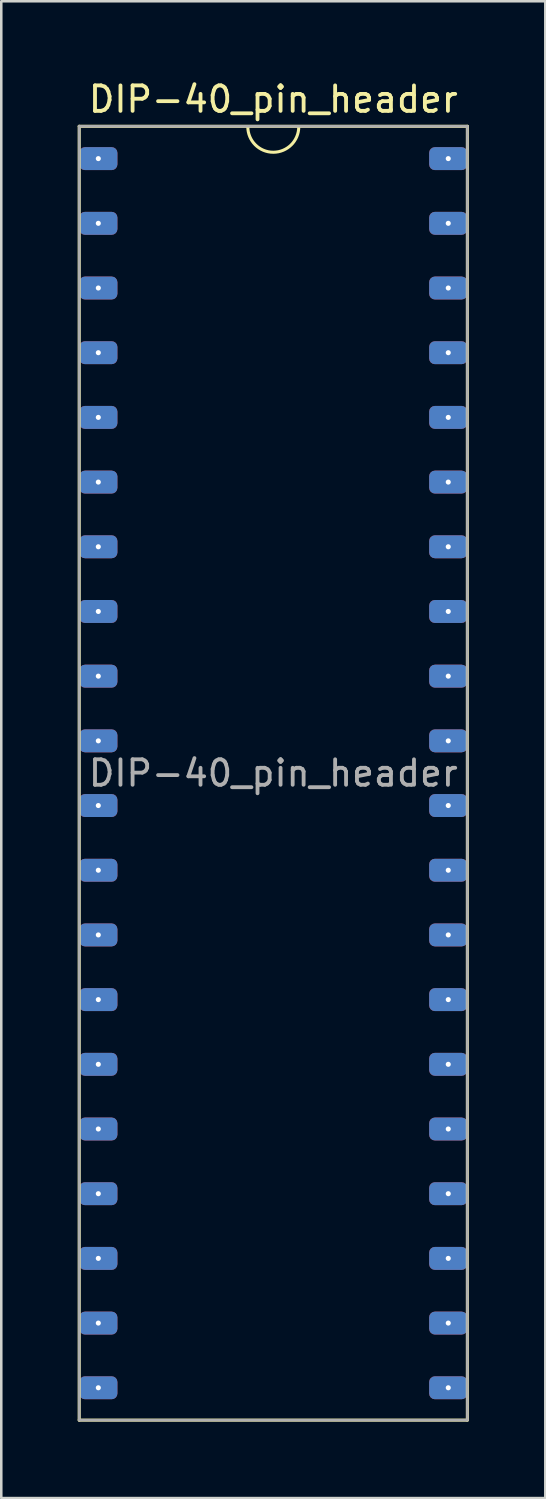
<source format=kicad_pcb>
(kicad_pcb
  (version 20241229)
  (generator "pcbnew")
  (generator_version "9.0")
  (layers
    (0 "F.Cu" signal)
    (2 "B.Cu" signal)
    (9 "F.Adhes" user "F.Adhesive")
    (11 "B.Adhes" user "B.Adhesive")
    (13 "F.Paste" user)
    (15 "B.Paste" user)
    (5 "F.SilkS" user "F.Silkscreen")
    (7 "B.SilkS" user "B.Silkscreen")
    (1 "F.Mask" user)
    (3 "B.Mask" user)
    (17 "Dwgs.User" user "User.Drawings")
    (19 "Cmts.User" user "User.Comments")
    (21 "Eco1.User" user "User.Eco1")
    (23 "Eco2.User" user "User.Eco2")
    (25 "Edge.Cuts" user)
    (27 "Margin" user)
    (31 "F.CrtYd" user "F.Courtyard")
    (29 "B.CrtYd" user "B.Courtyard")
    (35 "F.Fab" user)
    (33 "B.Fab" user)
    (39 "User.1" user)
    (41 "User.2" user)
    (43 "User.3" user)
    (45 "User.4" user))
  (footprint "DIP-40_pin_header"
    (layer "F.Cu")
    (at 7.68 27.308)
    (property "Reference" "DIP-40_pin_header" (at 0 -26.46 0) (layer "F.SilkS") (effects (font (size 1 1) (thickness 0.15))))
    (attr smd)
    (fp_line (start -7.62 -25.4) (end -7.62 25.4) (stroke (width 0.12) (type solid)) (layer "F.SilkS"))
    (fp_line (start -7.62 25.4) (end 7.62 25.4) (stroke (width 0.12) (type solid)) (layer "F.SilkS"))
    (fp_line (start 7.62 -25.4) (end -7.62 -25.4) (stroke (width 0.12) (type solid)) (layer "F.SilkS"))
    (fp_line (start 7.62 25.4) (end 7.62 -25.4) (stroke (width 0.12) (type solid)) (layer "F.SilkS"))
    (fp_arc (start 1 -25.38) (mid 0 -24.38) (end -1 -25.38) (stroke (width 0.12) (type solid)) (layer "F.SilkS"))
    (fp_line (start -7.62 -25.4) (end -7.62 25.4) (stroke (width 0.1) (type solid)) (layer "F.Fab"))
    (fp_line (start -7.62 25.4) (end 7.62 25.4) (stroke (width 0.1) (type solid)) (layer "F.Fab"))
    (fp_line (start 7.62 -25.4) (end -7.62 -25.4) (stroke (width 0.1) (type solid)) (layer "F.Fab"))
    (fp_line (start 7.62 25.4) (end 7.62 -25.4) (stroke (width 0.1) (type solid)) (layer "F.Fab"))
    (fp_text user "${REFERENCE}" (at 0 0 0) (layer "F.Fab") (effects (font (size 1 1) (thickness 0.15))))
    (pad "1" thru_hole circle (at -6.87 -24.13) (size 0.4 0.4) (drill 0.2) (layers "*.Cu" "*.Mask") (remove_unused_layers yes) (keep_end_layers yes) (zone_layer_connections))
    (pad "1" smd roundrect (at -6.87 -24.13) (size 1.5 0.9) (layers "F.Cu" "F.Mask" "F.Paste") (roundrect_rratio 0.25))
    (pad "1" smd roundrect (at -6.87 -24.13) (size 1.5 0.9) (layers "B.Cu" "B.Mask" "B.Paste") (roundrect_rratio 0.25))
    (pad "2" thru_hole circle (at -6.87 -21.59) (size 0.4 0.4) (drill 0.2) (layers "*.Cu" "*.Mask") (remove_unused_layers yes) (keep_end_layers yes) (zone_layer_connections))
    (pad "2" smd roundrect (at -6.87 -21.59) (size 1.5 0.9) (layers "F.Cu" "F.Mask" "F.Paste") (roundrect_rratio 0.25))
    (pad "2" smd roundrect (at -6.87 -21.59) (size 1.5 0.9) (layers "B.Cu" "B.Mask" "B.Paste") (roundrect_rratio 0.25))
    (pad "3" thru_hole circle (at -6.87 -19.05) (size 0.4 0.4) (drill 0.2) (layers "*.Cu" "*.Mask") (remove_unused_layers yes) (keep_end_layers yes) (zone_layer_connections))
    (pad "3" smd roundrect (at -6.87 -19.05) (size 1.5 0.9) (layers "F.Cu" "F.Mask" "F.Paste") (roundrect_rratio 0.25))
    (pad "3" smd roundrect (at -6.87 -19.05) (size 1.5 0.9) (layers "B.Cu" "B.Mask" "B.Paste") (roundrect_rratio 0.25))
    (pad "4" thru_hole circle (at -6.87 -16.51) (size 0.4 0.4) (drill 0.2) (layers "*.Cu" "*.Mask") (remove_unused_layers yes) (keep_end_layers yes) (zone_layer_connections))
    (pad "4" smd roundrect (at -6.87 -16.51) (size 1.5 0.9) (layers "F.Cu" "F.Mask" "F.Paste") (roundrect_rratio 0.25))
    (pad "4" smd roundrect (at -6.87 -16.51) (size 1.5 0.9) (layers "B.Cu" "B.Mask" "B.Paste") (roundrect_rratio 0.25))
    (pad "5" thru_hole circle (at -6.87 -13.97) (size 0.4 0.4) (drill 0.2) (layers "*.Cu" "*.Mask") (remove_unused_layers yes) (keep_end_layers yes) (zone_layer_connections))
    (pad "5" smd roundrect (at -6.87 -13.97) (size 1.5 0.9) (layers "F.Cu" "F.Mask" "F.Paste") (roundrect_rratio 0.25))
    (pad "5" smd roundrect (at -6.87 -13.97) (size 1.5 0.9) (layers "B.Cu" "B.Mask" "B.Paste") (roundrect_rratio 0.25))
    (pad "6" thru_hole circle (at -6.87 -11.43) (size 0.4 0.4) (drill 0.2) (layers "*.Cu" "*.Mask") (remove_unused_layers yes) (keep_end_layers yes) (zone_layer_connections))
    (pad "6" smd roundrect (at -6.87 -11.43) (size 1.5 0.9) (layers "F.Cu" "F.Mask" "F.Paste") (roundrect_rratio 0.25))
    (pad "6" smd roundrect (at -6.87 -11.43) (size 1.5 0.9) (layers "B.Cu" "B.Mask" "B.Paste") (roundrect_rratio 0.25))
    (pad "7" thru_hole circle (at -6.87 -8.89) (size 0.4 0.4) (drill 0.2) (layers "*.Cu" "*.Mask") (remove_unused_layers yes) (keep_end_layers yes) (zone_layer_connections))
    (pad "7" smd roundrect (at -6.87 -8.89) (size 1.5 0.9) (layers "F.Cu" "F.Mask" "F.Paste") (roundrect_rratio 0.25))
    (pad "7" smd roundrect (at -6.87 -8.89) (size 1.5 0.9) (layers "B.Cu" "B.Mask" "B.Paste") (roundrect_rratio 0.25))
    (pad "8" thru_hole circle (at -6.87 -6.35) (size 0.4 0.4) (drill 0.2) (layers "*.Cu" "*.Mask") (remove_unused_layers yes) (keep_end_layers yes) (zone_layer_connections))
    (pad "8" smd roundrect (at -6.87 -6.35) (size 1.5 0.9) (layers "F.Cu" "F.Mask" "F.Paste") (roundrect_rratio 0.25))
    (pad "8" smd roundrect (at -6.87 -6.35) (size 1.5 0.9) (layers "B.Cu" "B.Mask" "B.Paste") (roundrect_rratio 0.25))
    (pad "9" thru_hole circle (at -6.87 -3.81) (size 0.4 0.4) (drill 0.2) (layers "*.Cu" "*.Mask") (remove_unused_layers yes) (keep_end_layers yes) (zone_layer_connections))
    (pad "9" smd roundrect (at -6.87 -3.81) (size 1.5 0.9) (layers "F.Cu" "F.Mask" "F.Paste") (roundrect_rratio 0.25))
    (pad "9" smd roundrect (at -6.87 -3.81) (size 1.5 0.9) (layers "B.Cu" "B.Mask" "B.Paste") (roundrect_rratio 0.25))
    (pad "10" thru_hole circle (at -6.87 -1.27) (size 0.4 0.4) (drill 0.2) (layers "*.Cu" "*.Mask") (remove_unused_layers yes) (keep_end_layers yes) (zone_layer_connections))
    (pad "10" smd roundrect (at -6.87 -1.27) (size 1.5 0.9) (layers "F.Cu" "F.Mask" "F.Paste") (roundrect_rratio 0.25))
    (pad "10" smd roundrect (at -6.87 -1.27) (size 1.5 0.9) (layers "B.Cu" "B.Mask" "B.Paste") (roundrect_rratio 0.25))
    (pad "11" thru_hole circle (at -6.87 1.27) (size 0.4 0.4) (drill 0.2) (layers "*.Cu" "*.Mask") (remove_unused_layers yes) (keep_end_layers yes) (zone_layer_connections))
    (pad "11" smd roundrect (at -6.87 1.27) (size 1.5 0.9) (layers "F.Cu" "F.Mask" "F.Paste") (roundrect_rratio 0.25))
    (pad "11" smd roundrect (at -6.87 1.27) (size 1.5 0.9) (layers "B.Cu" "B.Mask" "B.Paste") (roundrect_rratio 0.25))
    (pad "12" thru_hole circle (at -6.87 3.81) (size 0.4 0.4) (drill 0.2) (layers "*.Cu" "*.Mask") (remove_unused_layers yes) (keep_end_layers yes) (zone_layer_connections))
    (pad "12" smd roundrect (at -6.87 3.81) (size 1.5 0.9) (layers "F.Cu" "F.Mask" "F.Paste") (roundrect_rratio 0.25))
    (pad "12" smd roundrect (at -6.87 3.81) (size 1.5 0.9) (layers "B.Cu" "B.Mask" "B.Paste") (roundrect_rratio 0.25))
    (pad "13" thru_hole circle (at -6.87 6.35) (size 0.4 0.4) (drill 0.2) (layers "*.Cu" "*.Mask") (remove_unused_layers yes) (keep_end_layers yes) (zone_layer_connections))
    (pad "13" smd roundrect (at -6.87 6.35) (size 1.5 0.9) (layers "F.Cu" "F.Mask" "F.Paste") (roundrect_rratio 0.25))
    (pad "13" smd roundrect (at -6.87 6.35) (size 1.5 0.9) (layers "B.Cu" "B.Mask" "B.Paste") (roundrect_rratio 0.25))
    (pad "14" thru_hole circle (at -6.87 8.89) (size 0.4 0.4) (drill 0.2) (layers "*.Cu" "*.Mask") (remove_unused_layers yes) (keep_end_layers yes) (zone_layer_connections))
    (pad "14" smd roundrect (at -6.87 8.89) (size 1.5 0.9) (layers "F.Cu" "F.Mask" "F.Paste") (roundrect_rratio 0.25))
    (pad "14" smd roundrect (at -6.87 8.89) (size 1.5 0.9) (layers "B.Cu" "B.Mask" "B.Paste") (roundrect_rratio 0.25))
    (pad "15" thru_hole circle (at -6.87 11.43) (size 0.4 0.4) (drill 0.2) (layers "*.Cu" "*.Mask") (remove_unused_layers yes) (keep_end_layers yes) (zone_layer_connections))
    (pad "15" smd roundrect (at -6.87 11.43) (size 1.5 0.9) (layers "F.Cu" "F.Mask" "F.Paste") (roundrect_rratio 0.25))
    (pad "15" smd roundrect (at -6.87 11.43) (size 1.5 0.9) (layers "B.Cu" "B.Mask" "B.Paste") (roundrect_rratio 0.25))
    (pad "16" thru_hole circle (at -6.87 13.97) (size 0.4 0.4) (drill 0.2) (layers "*.Cu" "*.Mask") (remove_unused_layers yes) (keep_end_layers yes) (zone_layer_connections))
    (pad "16" smd roundrect (at -6.87 13.97) (size 1.5 0.9) (layers "F.Cu" "F.Mask" "F.Paste") (roundrect_rratio 0.25))
    (pad "16" smd roundrect (at -6.87 13.97) (size 1.5 0.9) (layers "B.Cu" "B.Mask" "B.Paste") (roundrect_rratio 0.25))
    (pad "17" thru_hole circle (at -6.87 16.51) (size 0.4 0.4) (drill 0.2) (layers "*.Cu" "*.Mask") (remove_unused_layers yes) (keep_end_layers yes) (zone_layer_connections))
    (pad "17" smd roundrect (at -6.87 16.51) (size 1.5 0.9) (layers "F.Cu" "F.Mask" "F.Paste") (roundrect_rratio 0.25))
    (pad "17" smd roundrect (at -6.87 16.51) (size 1.5 0.9) (layers "B.Cu" "B.Mask" "B.Paste") (roundrect_rratio 0.25))
    (pad "18" thru_hole circle (at -6.87 19.05) (size 0.4 0.4) (drill 0.2) (layers "*.Cu" "*.Mask") (remove_unused_layers yes) (keep_end_layers yes) (zone_layer_connections))
    (pad "18" smd roundrect (at -6.87 19.05) (size 1.5 0.9) (layers "F.Cu" "F.Mask" "F.Paste") (roundrect_rratio 0.25))
    (pad "18" smd roundrect (at -6.87 19.05) (size 1.5 0.9) (layers "B.Cu" "B.Mask" "B.Paste") (roundrect_rratio 0.25))
    (pad "19" thru_hole circle (at -6.87 21.59) (size 0.4 0.4) (drill 0.2) (layers "*.Cu" "*.Mask") (remove_unused_layers yes) (keep_end_layers yes) (zone_layer_connections))
    (pad "19" smd roundrect (at -6.87 21.59) (size 1.5 0.9) (layers "F.Cu" "F.Mask" "F.Paste") (roundrect_rratio 0.25))
    (pad "19" smd roundrect (at -6.87 21.59) (size 1.5 0.9) (layers "B.Cu" "B.Mask" "B.Paste") (roundrect_rratio 0.25))
    (pad "20" thru_hole circle (at -6.87 24.13) (size 0.4 0.4) (drill 0.2) (layers "*.Cu" "*.Mask") (remove_unused_layers yes) (keep_end_layers yes) (zone_layer_connections))
    (pad "20" smd roundrect (at -6.87 24.13) (size 1.5 0.9) (layers "F.Cu" "F.Mask" "F.Paste") (roundrect_rratio 0.25))
    (pad "20" smd roundrect (at -6.87 24.13) (size 1.5 0.9) (layers "B.Cu" "B.Mask" "B.Paste") (roundrect_rratio 0.25))
    (pad "21" thru_hole circle (at 6.87 24.13) (size 0.4 0.4) (drill 0.2) (layers "*.Cu" "*.Mask") (remove_unused_layers yes) (keep_end_layers yes) (zone_layer_connections))
    (pad "21" smd roundrect (at 6.87 24.13) (size 1.5 0.9) (layers "F.Cu" "F.Mask" "F.Paste") (roundrect_rratio 0.25))
    (pad "21" smd roundrect (at 6.87 24.13) (size 1.5 0.9) (layers "B.Cu" "B.Mask" "B.Paste") (roundrect_rratio 0.25))
    (pad "22" thru_hole circle (at 6.87 21.59) (size 0.4 0.4) (drill 0.2) (layers "*.Cu" "*.Mask") (remove_unused_layers yes) (keep_end_layers yes) (zone_layer_connections))
    (pad "22" smd roundrect (at 6.87 21.59) (size 1.5 0.9) (layers "F.Cu" "F.Mask" "F.Paste") (roundrect_rratio 0.25))
    (pad "22" smd roundrect (at 6.87 21.59) (size 1.5 0.9) (layers "B.Cu" "B.Mask" "B.Paste") (roundrect_rratio 0.25))
    (pad "23" thru_hole circle (at 6.87 19.05) (size 0.4 0.4) (drill 0.2) (layers "*.Cu" "*.Mask") (remove_unused_layers yes) (keep_end_layers yes) (zone_layer_connections))
    (pad "23" smd roundrect (at 6.87 19.05) (size 1.5 0.9) (layers "F.Cu" "F.Mask" "F.Paste") (roundrect_rratio 0.25))
    (pad "23" smd roundrect (at 6.87 19.05) (size 1.5 0.9) (layers "B.Cu" "B.Mask" "B.Paste") (roundrect_rratio 0.25))
    (pad "24" thru_hole circle (at 6.87 16.51) (size 0.4 0.4) (drill 0.2) (layers "*.Cu" "*.Mask") (remove_unused_layers yes) (keep_end_layers yes) (zone_layer_connections))
    (pad "24" smd roundrect (at 6.87 16.51) (size 1.5 0.9) (layers "F.Cu" "F.Mask" "F.Paste") (roundrect_rratio 0.25))
    (pad "24" smd roundrect (at 6.87 16.51) (size 1.5 0.9) (layers "B.Cu" "B.Mask" "B.Paste") (roundrect_rratio 0.25))
    (pad "25" thru_hole circle (at 6.87 13.97) (size 0.4 0.4) (drill 0.2) (layers "*.Cu" "*.Mask") (remove_unused_layers yes) (keep_end_layers yes) (zone_layer_connections))
    (pad "25" smd roundrect (at 6.87 13.97) (size 1.5 0.9) (layers "F.Cu" "F.Mask" "F.Paste") (roundrect_rratio 0.25))
    (pad "25" smd roundrect (at 6.87 13.97) (size 1.5 0.9) (layers "B.Cu" "B.Mask" "B.Paste") (roundrect_rratio 0.25))
    (pad "26" thru_hole circle (at 6.87 11.43) (size 0.4 0.4) (drill 0.2) (layers "*.Cu" "*.Mask") (remove_unused_layers yes) (keep_end_layers yes) (zone_layer_connections))
    (pad "26" smd roundrect (at 6.87 11.43) (size 1.5 0.9) (layers "F.Cu" "F.Mask" "F.Paste") (roundrect_rratio 0.25))
    (pad "26" smd roundrect (at 6.87 11.43) (size 1.5 0.9) (layers "B.Cu" "B.Mask" "B.Paste") (roundrect_rratio 0.25))
    (pad "27" thru_hole circle (at 6.87 8.89) (size 0.4 0.4) (drill 0.2) (layers "*.Cu" "*.Mask") (remove_unused_layers yes) (keep_end_layers yes) (zone_layer_connections))
    (pad "27" smd roundrect (at 6.87 8.89) (size 1.5 0.9) (layers "F.Cu" "F.Mask" "F.Paste") (roundrect_rratio 0.25))
    (pad "27" smd roundrect (at 6.87 8.89) (size 1.5 0.9) (layers "B.Cu" "B.Mask" "B.Paste") (roundrect_rratio 0.25))
    (pad "28" thru_hole circle (at 6.87 6.35) (size 0.4 0.4) (drill 0.2) (layers "*.Cu" "*.Mask") (remove_unused_layers yes) (keep_end_layers yes) (zone_layer_connections))
    (pad "28" smd roundrect (at 6.87 6.35) (size 1.5 0.9) (layers "F.Cu" "F.Mask" "F.Paste") (roundrect_rratio 0.25))
    (pad "28" smd roundrect (at 6.87 6.35) (size 1.5 0.9) (layers "B.Cu" "B.Mask" "B.Paste") (roundrect_rratio 0.25))
    (pad "29" thru_hole circle (at 6.87 3.81) (size 0.4 0.4) (drill 0.2) (layers "*.Cu" "*.Mask") (remove_unused_layers yes) (keep_end_layers yes) (zone_layer_connections))
    (pad "29" smd roundrect (at 6.87 3.81) (size 1.5 0.9) (layers "F.Cu" "F.Mask" "F.Paste") (roundrect_rratio 0.25))
    (pad "29" smd roundrect (at 6.87 3.81) (size 1.5 0.9) (layers "B.Cu" "B.Mask" "B.Paste") (roundrect_rratio 0.25))
    (pad "30" thru_hole circle (at 6.87 1.27) (size 0.4 0.4) (drill 0.2) (layers "*.Cu" "*.Mask") (remove_unused_layers yes) (keep_end_layers yes) (zone_layer_connections))
    (pad "30" smd roundrect (at 6.87 1.27) (size 1.5 0.9) (layers "F.Cu" "F.Mask" "F.Paste") (roundrect_rratio 0.25))
    (pad "30" smd roundrect (at 6.87 1.27) (size 1.5 0.9) (layers "B.Cu" "B.Mask" "B.Paste") (roundrect_rratio 0.25))
    (pad "31" thru_hole circle (at 6.87 -1.27) (size 0.4 0.4) (drill 0.2) (layers "*.Cu" "*.Mask") (remove_unused_layers yes) (keep_end_layers yes) (zone_layer_connections))
    (pad "31" smd roundrect (at 6.87 -1.27) (size 1.5 0.9) (layers "F.Cu" "F.Mask" "F.Paste") (roundrect_rratio 0.25))
    (pad "31" smd roundrect (at 6.87 -1.27) (size 1.5 0.9) (layers "B.Cu" "B.Mask" "B.Paste") (roundrect_rratio 0.25))
    (pad "32" thru_hole circle (at 6.87 -3.81) (size 0.4 0.4) (drill 0.2) (layers "*.Cu" "*.Mask") (remove_unused_layers yes) (keep_end_layers yes) (zone_layer_connections))
    (pad "32" smd roundrect (at 6.87 -3.81) (size 1.5 0.9) (layers "F.Cu" "F.Mask" "F.Paste") (roundrect_rratio 0.25))
    (pad "32" smd roundrect (at 6.87 -3.81) (size 1.5 0.9) (layers "B.Cu" "B.Mask" "B.Paste") (roundrect_rratio 0.25))
    (pad "33" thru_hole circle (at 6.87 -6.35) (size 0.4 0.4) (drill 0.2) (layers "*.Cu" "*.Mask") (remove_unused_layers yes) (keep_end_layers yes) (zone_layer_connections))
    (pad "33" smd roundrect (at 6.87 -6.35) (size 1.5 0.9) (layers "F.Cu" "F.Mask" "F.Paste") (roundrect_rratio 0.25))
    (pad "33" smd roundrect (at 6.87 -6.35) (size 1.5 0.9) (layers "B.Cu" "B.Mask" "B.Paste") (roundrect_rratio 0.25))
    (pad "34" thru_hole circle (at 6.87 -8.89) (size 0.4 0.4) (drill 0.2) (layers "*.Cu" "*.Mask") (remove_unused_layers yes) (keep_end_layers yes) (zone_layer_connections))
    (pad "34" smd roundrect (at 6.87 -8.89) (size 1.5 0.9) (layers "F.Cu" "F.Mask" "F.Paste") (roundrect_rratio 0.25))
    (pad "34" smd roundrect (at 6.87 -8.89) (size 1.5 0.9) (layers "B.Cu" "B.Mask" "B.Paste") (roundrect_rratio 0.25))
    (pad "35" thru_hole circle (at 6.87 -11.43) (size 0.4 0.4) (drill 0.2) (layers "*.Cu" "*.Mask") (remove_unused_layers yes) (keep_end_layers yes) (zone_layer_connections))
    (pad "35" smd roundrect (at 6.87 -11.43) (size 1.5 0.9) (layers "F.Cu" "F.Mask" "F.Paste") (roundrect_rratio 0.25))
    (pad "35" smd roundrect (at 6.87 -11.43) (size 1.5 0.9) (layers "B.Cu" "B.Mask" "B.Paste") (roundrect_rratio 0.25))
    (pad "36" thru_hole circle (at 6.87 -13.97) (size 0.4 0.4) (drill 0.2) (layers "*.Cu" "*.Mask") (remove_unused_layers yes) (keep_end_layers yes) (zone_layer_connections))
    (pad "36" smd roundrect (at 6.87 -13.97) (size 1.5 0.9) (layers "F.Cu" "F.Mask" "F.Paste") (roundrect_rratio 0.25))
    (pad "36" smd roundrect (at 6.87 -13.97) (size 1.5 0.9) (layers "B.Cu" "B.Mask" "B.Paste") (roundrect_rratio 0.25))
    (pad "37" thru_hole circle (at 6.87 -16.51) (size 0.4 0.4) (drill 0.2) (layers "*.Cu" "*.Mask") (remove_unused_layers yes) (keep_end_layers yes) (zone_layer_connections))
    (pad "37" smd roundrect (at 6.87 -16.51) (size 1.5 0.9) (layers "F.Cu" "F.Mask" "F.Paste") (roundrect_rratio 0.25))
    (pad "37" smd roundrect (at 6.87 -16.51) (size 1.5 0.9) (layers "B.Cu" "B.Mask" "B.Paste") (roundrect_rratio 0.25))
    (pad "38" thru_hole circle (at 6.87 -19.05) (size 0.4 0.4) (drill 0.2) (layers "*.Cu" "*.Mask") (remove_unused_layers yes) (keep_end_layers yes) (zone_layer_connections))
    (pad "38" smd roundrect (at 6.87 -19.05) (size 1.5 0.9) (layers "F.Cu" "F.Mask" "F.Paste") (roundrect_rratio 0.25))
    (pad "38" smd roundrect (at 6.87 -19.05) (size 1.5 0.9) (layers "B.Cu" "B.Mask" "B.Paste") (roundrect_rratio 0.25))
    (pad "39" thru_hole circle (at 6.87 -21.59) (size 0.4 0.4) (drill 0.2) (layers "*.Cu" "*.Mask") (remove_unused_layers yes) (keep_end_layers yes) (zone_layer_connections))
    (pad "39" smd roundrect (at 6.87 -21.59) (size 1.5 0.9) (layers "F.Cu" "F.Mask" "F.Paste") (roundrect_rratio 0.25))
    (pad "39" smd roundrect (at 6.87 -21.59) (size 1.5 0.9) (layers "B.Cu" "B.Mask" "B.Paste") (roundrect_rratio 0.25))
    (pad "40" thru_hole circle (at 6.87 -24.13) (size 0.4 0.4) (drill 0.2) (layers "*.Cu" "*.Mask") (remove_unused_layers yes) (keep_end_layers yes) (zone_layer_connections))
    (pad "40" smd roundrect (at 6.87 -24.13) (size 1.5 0.9) (layers "F.Cu" "F.Mask" "F.Paste") (roundrect_rratio 0.25))
    (pad "40" smd roundrect (at 6.87 -24.13) (size 1.5 0.9) (layers "B.Cu" "B.Mask" "B.Paste") (roundrect_rratio 0.25)))
  (gr_rect
    (start -3 -3)
    (end 18.36 55.768)
    (stroke (width 0.1) (type default))
    (fill no)
    (layer "Edge.Cuts")))
</source>
